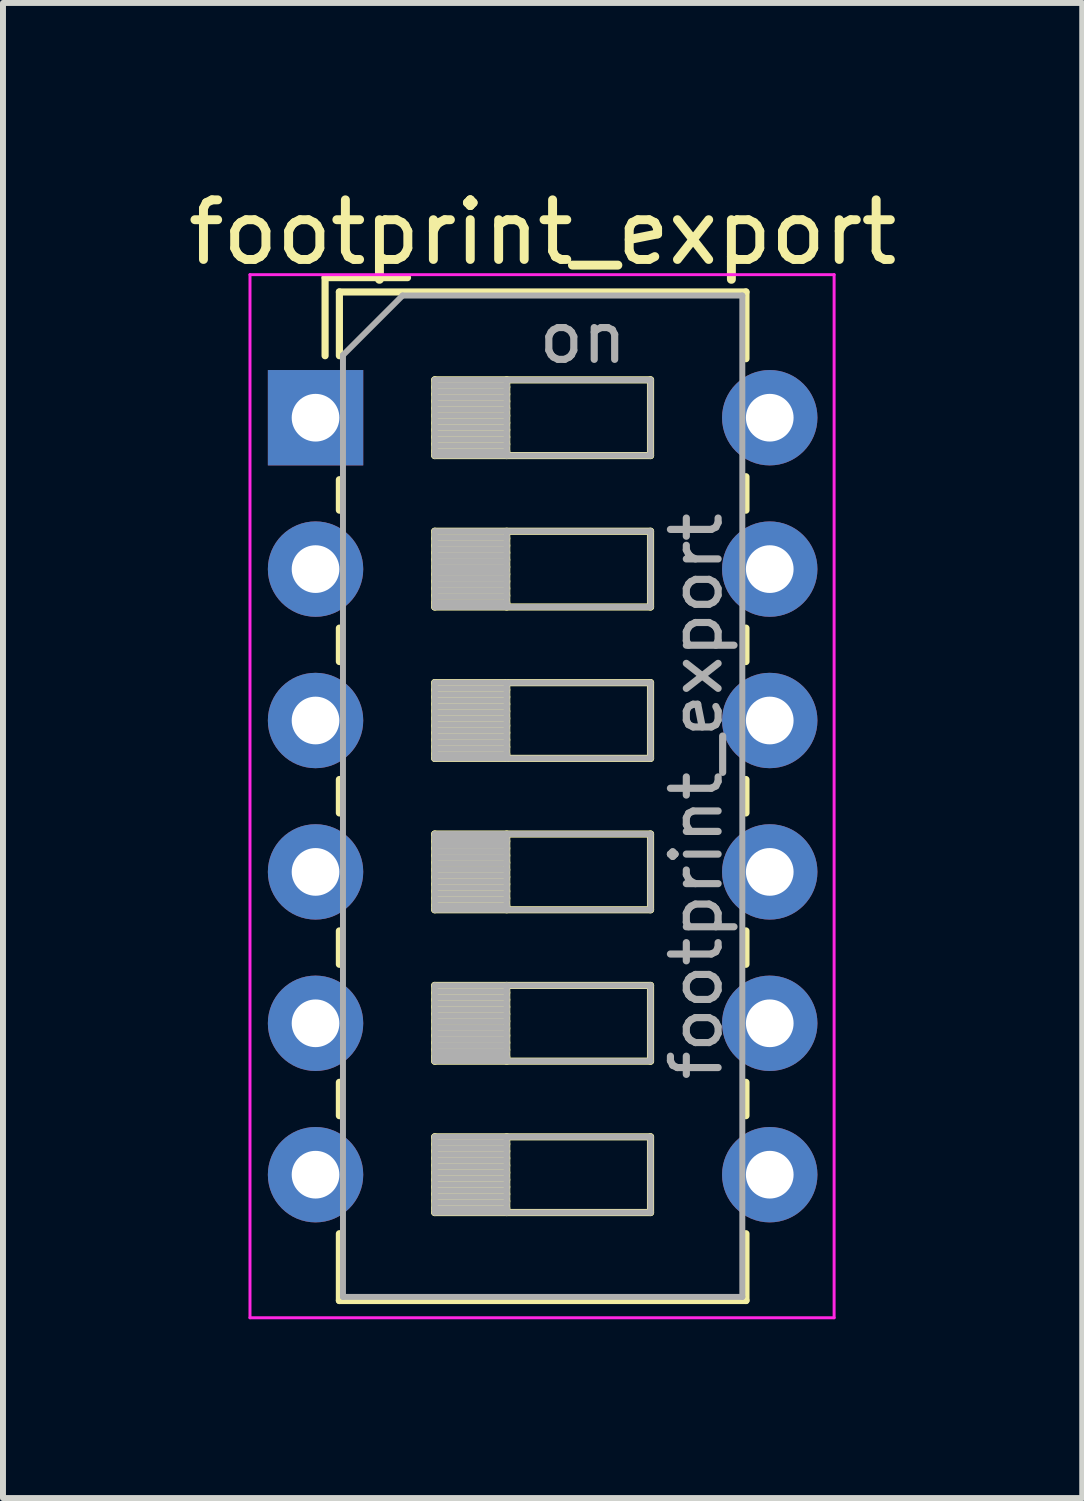
<source format=kicad_pcb>
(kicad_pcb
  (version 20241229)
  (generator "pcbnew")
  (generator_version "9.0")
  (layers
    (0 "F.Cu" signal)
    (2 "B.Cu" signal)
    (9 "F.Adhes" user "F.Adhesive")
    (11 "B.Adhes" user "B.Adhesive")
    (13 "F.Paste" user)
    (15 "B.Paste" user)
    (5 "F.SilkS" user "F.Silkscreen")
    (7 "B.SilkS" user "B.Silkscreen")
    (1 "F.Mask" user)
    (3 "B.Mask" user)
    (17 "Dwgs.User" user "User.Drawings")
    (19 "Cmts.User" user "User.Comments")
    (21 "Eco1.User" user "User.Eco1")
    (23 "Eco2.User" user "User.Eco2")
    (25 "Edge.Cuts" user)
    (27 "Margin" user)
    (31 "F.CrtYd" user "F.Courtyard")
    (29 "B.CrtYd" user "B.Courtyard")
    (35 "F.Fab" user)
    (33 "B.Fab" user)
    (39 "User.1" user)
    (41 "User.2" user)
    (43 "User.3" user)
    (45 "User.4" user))
  (footprint "footprint_export"
    (layer "F.Cu")
    (at 2.244 3.958)
    (property "Reference" "footprint_export" (at 3.81 -3.11 0) (layer "F.SilkS") (effects (font (size 1 1) (thickness 0.15))))
    (attr through_hole)
    (fp_line (start 0.16 -2.35) (end 0.16 -1.04) (stroke (width 0.12) (type solid)) (layer "F.SilkS"))
    (fp_line (start 0.16 -2.35) (end 1.543 -2.35) (stroke (width 0.12) (type solid)) (layer "F.SilkS"))
    (fp_line (start 0.4 -2.11) (end 0.4 -1.04) (stroke (width 0.12) (type solid)) (layer "F.SilkS"))
    (fp_line (start 0.4 -2.11) (end 7.221 -2.11) (stroke (width 0.12) (type solid)) (layer "F.SilkS"))
    (fp_line (start 0.4 1.04) (end 0.4 1.551) (stroke (width 0.12) (type solid)) (layer "F.SilkS"))
    (fp_line (start 0.4 3.53) (end 0.4 4.091) (stroke (width 0.12) (type solid)) (layer "F.SilkS"))
    (fp_line (start 0.4 6.07) (end 0.4 6.631) (stroke (width 0.12) (type solid)) (layer "F.SilkS"))
    (fp_line (start 0.4 8.61) (end 0.4 9.17) (stroke (width 0.12) (type solid)) (layer "F.SilkS"))
    (fp_line (start 0.4 11.15) (end 0.4 11.71) (stroke (width 0.12) (type solid)) (layer "F.SilkS"))
    (fp_line (start 0.4 13.69) (end 0.4 14.811) (stroke (width 0.12) (type solid)) (layer "F.SilkS"))
    (fp_line (start 0.4 14.811) (end 7.221 14.811) (stroke (width 0.12) (type solid)) (layer "F.SilkS"))
    (fp_line (start 2 -0.635) (end 2 0.635) (stroke (width 0.12) (type solid)) (layer "F.SilkS"))
    (fp_line (start 2 -0.515) (end 3.207 -0.515) (stroke (width 0.12) (type solid)) (layer "F.SilkS"))
    (fp_line (start 2 -0.395) (end 3.207 -0.395) (stroke (width 0.12) (type solid)) (layer "F.SilkS"))
    (fp_line (start 2 -0.275) (end 3.207 -0.275) (stroke (width 0.12) (type solid)) (layer "F.SilkS"))
    (fp_line (start 2 -0.155) (end 3.207 -0.155) (stroke (width 0.12) (type solid)) (layer "F.SilkS"))
    (fp_line (start 2 -0.035) (end 3.207 -0.035) (stroke (width 0.12) (type solid)) (layer "F.SilkS"))
    (fp_line (start 2 0.085) (end 3.207 0.085) (stroke (width 0.12) (type solid)) (layer "F.SilkS"))
    (fp_line (start 2 0.205) (end 3.207 0.205) (stroke (width 0.12) (type solid)) (layer "F.SilkS"))
    (fp_line (start 2 0.325) (end 3.207 0.325) (stroke (width 0.12) (type solid)) (layer "F.SilkS"))
    (fp_line (start 2 0.445) (end 3.207 0.445) (stroke (width 0.12) (type solid)) (layer "F.SilkS"))
    (fp_line (start 2 0.565) (end 3.207 0.565) (stroke (width 0.12) (type solid)) (layer "F.SilkS"))
    (fp_line (start 2 0.635) (end 5.62 0.635) (stroke (width 0.12) (type solid)) (layer "F.SilkS"))
    (fp_line (start 2 1.905) (end 2 3.175) (stroke (width 0.12) (type solid)) (layer "F.SilkS"))
    (fp_line (start 2 2.025) (end 3.207 2.025) (stroke (width 0.12) (type solid)) (layer "F.SilkS"))
    (fp_line (start 2 2.145) (end 3.207 2.145) (stroke (width 0.12) (type solid)) (layer "F.SilkS"))
    (fp_line (start 2 2.265) (end 3.207 2.265) (stroke (width 0.12) (type solid)) (layer "F.SilkS"))
    (fp_line (start 2 2.385) (end 3.207 2.385) (stroke (width 0.12) (type solid)) (layer "F.SilkS"))
    (fp_line (start 2 2.505) (end 3.207 2.505) (stroke (width 0.12) (type solid)) (layer "F.SilkS"))
    (fp_line (start 2 2.625) (end 3.207 2.625) (stroke (width 0.12) (type solid)) (layer "F.SilkS"))
    (fp_line (start 2 2.745) (end 3.207 2.745) (stroke (width 0.12) (type solid)) (layer "F.SilkS"))
    (fp_line (start 2 2.865) (end 3.207 2.865) (stroke (width 0.12) (type solid)) (layer "F.SilkS"))
    (fp_line (start 2 2.985) (end 3.207 2.985) (stroke (width 0.12) (type solid)) (layer "F.SilkS"))
    (fp_line (start 2 3.105) (end 3.207 3.105) (stroke (width 0.12) (type solid)) (layer "F.SilkS"))
    (fp_line (start 2 3.175) (end 5.62 3.175) (stroke (width 0.12) (type solid)) (layer "F.SilkS"))
    (fp_line (start 2 4.445) (end 2 5.715) (stroke (width 0.12) (type solid)) (layer "F.SilkS"))
    (fp_line (start 2 4.565) (end 3.207 4.565) (stroke (width 0.12) (type solid)) (layer "F.SilkS"))
    (fp_line (start 2 4.685) (end 3.207 4.685) (stroke (width 0.12) (type solid)) (layer "F.SilkS"))
    (fp_line (start 2 4.805) (end 3.207 4.805) (stroke (width 0.12) (type solid)) (layer "F.SilkS"))
    (fp_line (start 2 4.925) (end 3.207 4.925) (stroke (width 0.12) (type solid)) (layer "F.SilkS"))
    (fp_line (start 2 5.045) (end 3.207 5.045) (stroke (width 0.12) (type solid)) (layer "F.SilkS"))
    (fp_line (start 2 5.165) (end 3.207 5.165) (stroke (width 0.12) (type solid)) (layer "F.SilkS"))
    (fp_line (start 2 5.285) (end 3.207 5.285) (stroke (width 0.12) (type solid)) (layer "F.SilkS"))
    (fp_line (start 2 5.405) (end 3.207 5.405) (stroke (width 0.12) (type solid)) (layer "F.SilkS"))
    (fp_line (start 2 5.525) (end 3.207 5.525) (stroke (width 0.12) (type solid)) (layer "F.SilkS"))
    (fp_line (start 2 5.645) (end 3.207 5.645) (stroke (width 0.12) (type solid)) (layer "F.SilkS"))
    (fp_line (start 2 5.715) (end 5.62 5.715) (stroke (width 0.12) (type solid)) (layer "F.SilkS"))
    (fp_line (start 2 6.985) (end 2 8.255) (stroke (width 0.12) (type solid)) (layer "F.SilkS"))
    (fp_line (start 2 7.105) (end 3.207 7.105) (stroke (width 0.12) (type solid)) (layer "F.SilkS"))
    (fp_line (start 2 7.225) (end 3.207 7.225) (stroke (width 0.12) (type solid)) (layer "F.SilkS"))
    (fp_line (start 2 7.345) (end 3.207 7.345) (stroke (width 0.12) (type solid)) (layer "F.SilkS"))
    (fp_line (start 2 7.465) (end 3.207 7.465) (stroke (width 0.12) (type solid)) (layer "F.SilkS"))
    (fp_line (start 2 7.585) (end 3.207 7.585) (stroke (width 0.12) (type solid)) (layer "F.SilkS"))
    (fp_line (start 2 7.705) (end 3.207 7.705) (stroke (width 0.12) (type solid)) (layer "F.SilkS"))
    (fp_line (start 2 7.825) (end 3.207 7.825) (stroke (width 0.12) (type solid)) (layer "F.SilkS"))
    (fp_line (start 2 7.945) (end 3.207 7.945) (stroke (width 0.12) (type solid)) (layer "F.SilkS"))
    (fp_line (start 2 8.065) (end 3.207 8.065) (stroke (width 0.12) (type solid)) (layer "F.SilkS"))
    (fp_line (start 2 8.185) (end 3.207 8.185) (stroke (width 0.12) (type solid)) (layer "F.SilkS"))
    (fp_line (start 2 8.255) (end 5.62 8.255) (stroke (width 0.12) (type solid)) (layer "F.SilkS"))
    (fp_line (start 2 9.525) (end 2 10.795) (stroke (width 0.12) (type solid)) (layer "F.SilkS"))
    (fp_line (start 2 9.645) (end 3.207 9.645) (stroke (width 0.12) (type solid)) (layer "F.SilkS"))
    (fp_line (start 2 9.765) (end 3.207 9.765) (stroke (width 0.12) (type solid)) (layer "F.SilkS"))
    (fp_line (start 2 9.885) (end 3.207 9.885) (stroke (width 0.12) (type solid)) (layer "F.SilkS"))
    (fp_line (start 2 10.005) (end 3.207 10.005) (stroke (width 0.12) (type solid)) (layer "F.SilkS"))
    (fp_line (start 2 10.125) (end 3.207 10.125) (stroke (width 0.12) (type solid)) (layer "F.SilkS"))
    (fp_line (start 2 10.245) (end 3.207 10.245) (stroke (width 0.12) (type solid)) (layer "F.SilkS"))
    (fp_line (start 2 10.365) (end 3.207 10.365) (stroke (width 0.12) (type solid)) (layer "F.SilkS"))
    (fp_line (start 2 10.485) (end 3.207 10.485) (stroke (width 0.12) (type solid)) (layer "F.SilkS"))
    (fp_line (start 2 10.605) (end 3.207 10.605) (stroke (width 0.12) (type solid)) (layer "F.SilkS"))
    (fp_line (start 2 10.725) (end 3.207 10.725) (stroke (width 0.12) (type solid)) (layer "F.SilkS"))
    (fp_line (start 2 10.795) (end 5.62 10.795) (stroke (width 0.12) (type solid)) (layer "F.SilkS"))
    (fp_line (start 2 12.065) (end 2 13.335) (stroke (width 0.12) (type solid)) (layer "F.SilkS"))
    (fp_line (start 2 12.185) (end 3.207 12.185) (stroke (width 0.12) (type solid)) (layer "F.SilkS"))
    (fp_line (start 2 12.305) (end 3.207 12.305) (stroke (width 0.12) (type solid)) (layer "F.SilkS"))
    (fp_line (start 2 12.425) (end 3.207 12.425) (stroke (width 0.12) (type solid)) (layer "F.SilkS"))
    (fp_line (start 2 12.545) (end 3.207 12.545) (stroke (width 0.12) (type solid)) (layer "F.SilkS"))
    (fp_line (start 2 12.665) (end 3.207 12.665) (stroke (width 0.12) (type solid)) (layer "F.SilkS"))
    (fp_line (start 2 12.785) (end 3.207 12.785) (stroke (width 0.12) (type solid)) (layer "F.SilkS"))
    (fp_line (start 2 12.905) (end 3.207 12.905) (stroke (width 0.12) (type solid)) (layer "F.SilkS"))
    (fp_line (start 2 13.025) (end 3.207 13.025) (stroke (width 0.12) (type solid)) (layer "F.SilkS"))
    (fp_line (start 2 13.145) (end 3.207 13.145) (stroke (width 0.12) (type solid)) (layer "F.SilkS"))
    (fp_line (start 2 13.265) (end 3.207 13.265) (stroke (width 0.12) (type solid)) (layer "F.SilkS"))
    (fp_line (start 2 13.335) (end 5.62 13.335) (stroke (width 0.12) (type solid)) (layer "F.SilkS"))
    (fp_line (start 3.207 -0.635) (end 3.207 0.635) (stroke (width 0.12) (type solid)) (layer "F.SilkS"))
    (fp_line (start 3.207 1.905) (end 3.207 3.175) (stroke (width 0.12) (type solid)) (layer "F.SilkS"))
    (fp_line (start 3.207 4.445) (end 3.207 5.715) (stroke (width 0.12) (type solid)) (layer "F.SilkS"))
    (fp_line (start 3.207 6.985) (end 3.207 8.255) (stroke (width 0.12) (type solid)) (layer "F.SilkS"))
    (fp_line (start 3.207 9.525) (end 3.207 10.795) (stroke (width 0.12) (type solid)) (layer "F.SilkS"))
    (fp_line (start 3.207 12.065) (end 3.207 13.335) (stroke (width 0.12) (type solid)) (layer "F.SilkS"))
    (fp_line (start 5.62 -0.635) (end 2 -0.635) (stroke (width 0.12) (type solid)) (layer "F.SilkS"))
    (fp_line (start 5.62 0.635) (end 5.62 -0.635) (stroke (width 0.12) (type solid)) (layer "F.SilkS"))
    (fp_line (start 5.62 1.905) (end 2 1.905) (stroke (width 0.12) (type solid)) (layer "F.SilkS"))
    (fp_line (start 5.62 3.175) (end 5.62 1.905) (stroke (width 0.12) (type solid)) (layer "F.SilkS"))
    (fp_line (start 5.62 4.445) (end 2 4.445) (stroke (width 0.12) (type solid)) (layer "F.SilkS"))
    (fp_line (start 5.62 5.715) (end 5.62 4.445) (stroke (width 0.12) (type solid)) (layer "F.SilkS"))
    (fp_line (start 5.62 6.985) (end 2 6.985) (stroke (width 0.12) (type solid)) (layer "F.SilkS"))
    (fp_line (start 5.62 8.255) (end 5.62 6.985) (stroke (width 0.12) (type solid)) (layer "F.SilkS"))
    (fp_line (start 5.62 9.525) (end 2 9.525) (stroke (width 0.12) (type solid)) (layer "F.SilkS"))
    (fp_line (start 5.62 10.795) (end 5.62 9.525) (stroke (width 0.12) (type solid)) (layer "F.SilkS"))
    (fp_line (start 5.62 12.065) (end 2 12.065) (stroke (width 0.12) (type solid)) (layer "F.SilkS"))
    (fp_line (start 5.62 13.335) (end 5.62 12.065) (stroke (width 0.12) (type solid)) (layer "F.SilkS"))
    (fp_line (start 7.221 -2.11) (end 7.221 -0.99) (stroke (width 0.12) (type solid)) (layer "F.SilkS"))
    (fp_line (start 7.221 0.99) (end 7.221 1.551) (stroke (width 0.12) (type solid)) (layer "F.SilkS"))
    (fp_line (start 7.221 3.53) (end 7.221 4.091) (stroke (width 0.12) (type solid)) (layer "F.SilkS"))
    (fp_line (start 7.221 6.07) (end 7.221 6.631) (stroke (width 0.12) (type solid)) (layer "F.SilkS"))
    (fp_line (start 7.221 8.61) (end 7.221 9.17) (stroke (width 0.12) (type solid)) (layer "F.SilkS"))
    (fp_line (start 7.221 11.15) (end 7.221 11.71) (stroke (width 0.12) (type solid)) (layer "F.SilkS"))
    (fp_line (start 7.221 13.69) (end 7.221 14.811) (stroke (width 0.12) (type solid)) (layer "F.SilkS"))
    (fp_line (start -1.1 -2.4) (end -1.1 15.1) (stroke (width 0.05) (type solid)) (layer "F.CrtYd"))
    (fp_line (start -1.1 15.1) (end 8.7 15.1) (stroke (width 0.05) (type solid)) (layer "F.CrtYd"))
    (fp_line (start 8.7 -2.4) (end -1.1 -2.4) (stroke (width 0.05) (type solid)) (layer "F.CrtYd"))
    (fp_line (start 8.7 15.1) (end 8.7 -2.4) (stroke (width 0.05) (type solid)) (layer "F.CrtYd"))
    (fp_line (start 0.46 -1.05) (end 1.46 -2.05) (stroke (width 0.1) (type solid)) (layer "F.Fab"))
    (fp_line (start 0.46 14.75) (end 0.46 -1.05) (stroke (width 0.1) (type solid)) (layer "F.Fab"))
    (fp_line (start 1.46 -2.05) (end 7.16 -2.05) (stroke (width 0.1) (type solid)) (layer "F.Fab"))
    (fp_line (start 2 -0.635) (end 2 0.635) (stroke (width 0.1) (type solid)) (layer "F.Fab"))
    (fp_line (start 2 -0.535) (end 3.207 -0.535) (stroke (width 0.1) (type solid)) (layer "F.Fab"))
    (fp_line (start 2 -0.435) (end 3.207 -0.435) (stroke (width 0.1) (type solid)) (layer "F.Fab"))
    (fp_line (start 2 -0.335) (end 3.207 -0.335) (stroke (width 0.1) (type solid)) (layer "F.Fab"))
    (fp_line (start 2 -0.235) (end 3.207 -0.235) (stroke (width 0.1) (type solid)) (layer "F.Fab"))
    (fp_line (start 2 -0.135) (end 3.207 -0.135) (stroke (width 0.1) (type solid)) (layer "F.Fab"))
    (fp_line (start 2 -0.035) (end 3.207 -0.035) (stroke (width 0.1) (type solid)) (layer "F.Fab"))
    (fp_line (start 2 0.065) (end 3.207 0.065) (stroke (width 0.1) (type solid)) (layer "F.Fab"))
    (fp_line (start 2 0.165) (end 3.207 0.165) (stroke (width 0.1) (type solid)) (layer "F.Fab"))
    (fp_line (start 2 0.265) (end 3.207 0.265) (stroke (width 0.1) (type solid)) (layer "F.Fab"))
    (fp_line (start 2 0.365) (end 3.207 0.365) (stroke (width 0.1) (type solid)) (layer "F.Fab"))
    (fp_line (start 2 0.465) (end 3.207 0.465) (stroke (width 0.1) (type solid)) (layer "F.Fab"))
    (fp_line (start 2 0.565) (end 3.207 0.565) (stroke (width 0.1) (type solid)) (layer "F.Fab"))
    (fp_line (start 2 0.635) (end 5.62 0.635) (stroke (width 0.1) (type solid)) (layer "F.Fab"))
    (fp_line (start 2 1.905) (end 2 3.175) (stroke (width 0.1) (type solid)) (layer "F.Fab"))
    (fp_line (start 2 2.005) (end 3.207 2.005) (stroke (width 0.1) (type solid)) (layer "F.Fab"))
    (fp_line (start 2 2.105) (end 3.207 2.105) (stroke (width 0.1) (type solid)) (layer "F.Fab"))
    (fp_line (start 2 2.205) (end 3.207 2.205) (stroke (width 0.1) (type solid)) (layer "F.Fab"))
    (fp_line (start 2 2.305) (end 3.207 2.305) (stroke (width 0.1) (type solid)) (layer "F.Fab"))
    (fp_line (start 2 2.405) (end 3.207 2.405) (stroke (width 0.1) (type solid)) (layer "F.Fab"))
    (fp_line (start 2 2.505) (end 3.207 2.505) (stroke (width 0.1) (type solid)) (layer "F.Fab"))
    (fp_line (start 2 2.605) (end 3.207 2.605) (stroke (width 0.1) (type solid)) (layer "F.Fab"))
    (fp_line (start 2 2.705) (end 3.207 2.705) (stroke (width 0.1) (type solid)) (layer "F.Fab"))
    (fp_line (start 2 2.805) (end 3.207 2.805) (stroke (width 0.1) (type solid)) (layer "F.Fab"))
    (fp_line (start 2 2.905) (end 3.207 2.905) (stroke (width 0.1) (type solid)) (layer "F.Fab"))
    (fp_line (start 2 3.005) (end 3.207 3.005) (stroke (width 0.1) (type solid)) (layer "F.Fab"))
    (fp_line (start 2 3.105) (end 3.207 3.105) (stroke (width 0.1) (type solid)) (layer "F.Fab"))
    (fp_line (start 2 3.175) (end 5.62 3.175) (stroke (width 0.1) (type solid)) (layer "F.Fab"))
    (fp_line (start 2 4.445) (end 2 5.715) (stroke (width 0.1) (type solid)) (layer "F.Fab"))
    (fp_line (start 2 4.545) (end 3.207 4.545) (stroke (width 0.1) (type solid)) (layer "F.Fab"))
    (fp_line (start 2 4.645) (end 3.207 4.645) (stroke (width 0.1) (type solid)) (layer "F.Fab"))
    (fp_line (start 2 4.745) (end 3.207 4.745) (stroke (width 0.1) (type solid)) (layer "F.Fab"))
    (fp_line (start 2 4.845) (end 3.207 4.845) (stroke (width 0.1) (type solid)) (layer "F.Fab"))
    (fp_line (start 2 4.945) (end 3.207 4.945) (stroke (width 0.1) (type solid)) (layer "F.Fab"))
    (fp_line (start 2 5.045) (end 3.207 5.045) (stroke (width 0.1) (type solid)) (layer "F.Fab"))
    (fp_line (start 2 5.145) (end 3.207 5.145) (stroke (width 0.1) (type solid)) (layer "F.Fab"))
    (fp_line (start 2 5.245) (end 3.207 5.245) (stroke (width 0.1) (type solid)) (layer "F.Fab"))
    (fp_line (start 2 5.345) (end 3.207 5.345) (stroke (width 0.1) (type solid)) (layer "F.Fab"))
    (fp_line (start 2 5.445) (end 3.207 5.445) (stroke (width 0.1) (type solid)) (layer "F.Fab"))
    (fp_line (start 2 5.545) (end 3.207 5.545) (stroke (width 0.1) (type solid)) (layer "F.Fab"))
    (fp_line (start 2 5.645) (end 3.207 5.645) (stroke (width 0.1) (type solid)) (layer "F.Fab"))
    (fp_line (start 2 5.715) (end 5.62 5.715) (stroke (width 0.1) (type solid)) (layer "F.Fab"))
    (fp_line (start 2 6.985) (end 2 8.255) (stroke (width 0.1) (type solid)) (layer "F.Fab"))
    (fp_line (start 2 7.085) (end 3.207 7.085) (stroke (width 0.1) (type solid)) (layer "F.Fab"))
    (fp_line (start 2 7.185) (end 3.207 7.185) (stroke (width 0.1) (type solid)) (layer "F.Fab"))
    (fp_line (start 2 7.285) (end 3.207 7.285) (stroke (width 0.1) (type solid)) (layer "F.Fab"))
    (fp_line (start 2 7.385) (end 3.207 7.385) (stroke (width 0.1) (type solid)) (layer "F.Fab"))
    (fp_line (start 2 7.485) (end 3.207 7.485) (stroke (width 0.1) (type solid)) (layer "F.Fab"))
    (fp_line (start 2 7.585) (end 3.207 7.585) (stroke (width 0.1) (type solid)) (layer "F.Fab"))
    (fp_line (start 2 7.685) (end 3.207 7.685) (stroke (width 0.1) (type solid)) (layer "F.Fab"))
    (fp_line (start 2 7.785) (end 3.207 7.785) (stroke (width 0.1) (type solid)) (layer "F.Fab"))
    (fp_line (start 2 7.885) (end 3.207 7.885) (stroke (width 0.1) (type solid)) (layer "F.Fab"))
    (fp_line (start 2 7.985) (end 3.207 7.985) (stroke (width 0.1) (type solid)) (layer "F.Fab"))
    (fp_line (start 2 8.085) (end 3.207 8.085) (stroke (width 0.1) (type solid)) (layer "F.Fab"))
    (fp_line (start 2 8.185) (end 3.207 8.185) (stroke (width 0.1) (type solid)) (layer "F.Fab"))
    (fp_line (start 2 8.255) (end 5.62 8.255) (stroke (width 0.1) (type solid)) (layer "F.Fab"))
    (fp_line (start 2 9.525) (end 2 10.795) (stroke (width 0.1) (type solid)) (layer "F.Fab"))
    (fp_line (start 2 9.625) (end 3.207 9.625) (stroke (width 0.1) (type solid)) (layer "F.Fab"))
    (fp_line (start 2 9.725) (end 3.207 9.725) (stroke (width 0.1) (type solid)) (layer "F.Fab"))
    (fp_line (start 2 9.825) (end 3.207 9.825) (stroke (width 0.1) (type solid)) (layer "F.Fab"))
    (fp_line (start 2 9.925) (end 3.207 9.925) (stroke (width 0.1) (type solid)) (layer "F.Fab"))
    (fp_line (start 2 10.025) (end 3.207 10.025) (stroke (width 0.1) (type solid)) (layer "F.Fab"))
    (fp_line (start 2 10.125) (end 3.207 10.125) (stroke (width 0.1) (type solid)) (layer "F.Fab"))
    (fp_line (start 2 10.225) (end 3.207 10.225) (stroke (width 0.1) (type solid)) (layer "F.Fab"))
    (fp_line (start 2 10.325) (end 3.207 10.325) (stroke (width 0.1) (type solid)) (layer "F.Fab"))
    (fp_line (start 2 10.425) (end 3.207 10.425) (stroke (width 0.1) (type solid)) (layer "F.Fab"))
    (fp_line (start 2 10.525) (end 3.207 10.525) (stroke (width 0.1) (type solid)) (layer "F.Fab"))
    (fp_line (start 2 10.625) (end 3.207 10.625) (stroke (width 0.1) (type solid)) (layer "F.Fab"))
    (fp_line (start 2 10.725) (end 3.207 10.725) (stroke (width 0.1) (type solid)) (layer "F.Fab"))
    (fp_line (start 2 10.795) (end 5.62 10.795) (stroke (width 0.1) (type solid)) (layer "F.Fab"))
    (fp_line (start 2 12.065) (end 2 13.335) (stroke (width 0.1) (type solid)) (layer "F.Fab"))
    (fp_line (start 2 12.165) (end 3.207 12.165) (stroke (width 0.1) (type solid)) (layer "F.Fab"))
    (fp_line (start 2 12.265) (end 3.207 12.265) (stroke (width 0.1) (type solid)) (layer "F.Fab"))
    (fp_line (start 2 12.365) (end 3.207 12.365) (stroke (width 0.1) (type solid)) (layer "F.Fab"))
    (fp_line (start 2 12.465) (end 3.207 12.465) (stroke (width 0.1) (type solid)) (layer "F.Fab"))
    (fp_line (start 2 12.565) (end 3.207 12.565) (stroke (width 0.1) (type solid)) (layer "F.Fab"))
    (fp_line (start 2 12.665) (end 3.207 12.665) (stroke (width 0.1) (type solid)) (layer "F.Fab"))
    (fp_line (start 2 12.765) (end 3.207 12.765) (stroke (width 0.1) (type solid)) (layer "F.Fab"))
    (fp_line (start 2 12.865) (end 3.207 12.865) (stroke (width 0.1) (type solid)) (layer "F.Fab"))
    (fp_line (start 2 12.965) (end 3.207 12.965) (stroke (width 0.1) (type solid)) (layer "F.Fab"))
    (fp_line (start 2 13.065) (end 3.207 13.065) (stroke (width 0.1) (type solid)) (layer "F.Fab"))
    (fp_line (start 2 13.165) (end 3.207 13.165) (stroke (width 0.1) (type solid)) (layer "F.Fab"))
    (fp_line (start 2 13.265) (end 3.207 13.265) (stroke (width 0.1) (type solid)) (layer "F.Fab"))
    (fp_line (start 2 13.335) (end 5.62 13.335) (stroke (width 0.1) (type solid)) (layer "F.Fab"))
    (fp_line (start 3.207 -0.635) (end 3.207 0.635) (stroke (width 0.1) (type solid)) (layer "F.Fab"))
    (fp_line (start 3.207 1.905) (end 3.207 3.175) (stroke (width 0.1) (type solid)) (layer "F.Fab"))
    (fp_line (start 3.207 4.445) (end 3.207 5.715) (stroke (width 0.1) (type solid)) (layer "F.Fab"))
    (fp_line (start 3.207 6.985) (end 3.207 8.255) (stroke (width 0.1) (type solid)) (layer "F.Fab"))
    (fp_line (start 3.207 9.525) (end 3.207 10.795) (stroke (width 0.1) (type solid)) (layer "F.Fab"))
    (fp_line (start 3.207 12.065) (end 3.207 13.335) (stroke (width 0.1) (type solid)) (layer "F.Fab"))
    (fp_line (start 5.62 -0.635) (end 2 -0.635) (stroke (width 0.1) (type solid)) (layer "F.Fab"))
    (fp_line (start 5.62 0.635) (end 5.62 -0.635) (stroke (width 0.1) (type solid)) (layer "F.Fab"))
    (fp_line (start 5.62 1.905) (end 2 1.905) (stroke (width 0.1) (type solid)) (layer "F.Fab"))
    (fp_line (start 5.62 3.175) (end 5.62 1.905) (stroke (width 0.1) (type solid)) (layer "F.Fab"))
    (fp_line (start 5.62 4.445) (end 2 4.445) (stroke (width 0.1) (type solid)) (layer "F.Fab"))
    (fp_line (start 5.62 5.715) (end 5.62 4.445) (stroke (width 0.1) (type solid)) (layer "F.Fab"))
    (fp_line (start 5.62 6.985) (end 2 6.985) (stroke (width 0.1) (type solid)) (layer "F.Fab"))
    (fp_line (start 5.62 8.255) (end 5.62 6.985) (stroke (width 0.1) (type solid)) (layer "F.Fab"))
    (fp_line (start 5.62 9.525) (end 2 9.525) (stroke (width 0.1) (type solid)) (layer "F.Fab"))
    (fp_line (start 5.62 10.795) (end 5.62 9.525) (stroke (width 0.1) (type solid)) (layer "F.Fab"))
    (fp_line (start 5.62 12.065) (end 2 12.065) (stroke (width 0.1) (type solid)) (layer "F.Fab"))
    (fp_line (start 5.62 13.335) (end 5.62 12.065) (stroke (width 0.1) (type solid)) (layer "F.Fab"))
    (fp_line (start 7.16 -2.05) (end 7.16 14.75) (stroke (width 0.1) (type solid)) (layer "F.Fab"))
    (fp_line (start 7.16 14.75) (end 0.46 14.75) (stroke (width 0.1) (type solid)) (layer "F.Fab"))
    (fp_text user "on" (at 4.485 -1.343 0) (layer "F.Fab") (effects (font (size 0.8 0.8) (thickness 0.12))))
    (fp_text user "${REFERENCE}" (at 6.39 6.35 90) (layer "F.Fab") (effects (font (size 0.8 0.8) (thickness 0.12))))
    (pad "1" thru_hole rect (at 0 0) (size 1.6 1.6) (drill 0.8) (layers "*.Cu" "*.Mask"))
    (pad "2" thru_hole oval (at 0 2.54) (size 1.6 1.6) (drill 0.8) (layers "*.Cu" "*.Mask"))
    (pad "3" thru_hole oval (at 0 5.08) (size 1.6 1.6) (drill 0.8) (layers "*.Cu" "*.Mask"))
    (pad "4" thru_hole oval (at 0 7.62) (size 1.6 1.6) (drill 0.8) (layers "*.Cu" "*.Mask"))
    (pad "5" thru_hole oval (at 0 10.16) (size 1.6 1.6) (drill 0.8) (layers "*.Cu" "*.Mask"))
    (pad "6" thru_hole oval (at 0 12.7) (size 1.6 1.6) (drill 0.8) (layers "*.Cu" "*.Mask"))
    (pad "7" thru_hole oval (at 7.62 12.7) (size 1.6 1.6) (drill 0.8) (layers "*.Cu" "*.Mask"))
    (pad "8" thru_hole oval (at 7.62 10.16) (size 1.6 1.6) (drill 0.8) (layers "*.Cu" "*.Mask"))
    (pad "9" thru_hole oval (at 7.62 7.62) (size 1.6 1.6) (drill 0.8) (layers "*.Cu" "*.Mask"))
    (pad "10" thru_hole oval (at 7.62 5.08) (size 1.6 1.6) (drill 0.8) (layers "*.Cu" "*.Mask"))
    (pad "11" thru_hole oval (at 7.62 2.54) (size 1.6 1.6) (drill 0.8) (layers "*.Cu" "*.Mask"))
    (pad "12" thru_hole oval (at 7.62 0) (size 1.6 1.6) (drill 0.8) (layers "*.Cu" "*.Mask")))
  (gr_rect
    (start -3 -3)
    (end 15.107 22.083)
    (stroke (width 0.1) (type default))
    (fill no)
    (layer "Edge.Cuts")))
</source>
